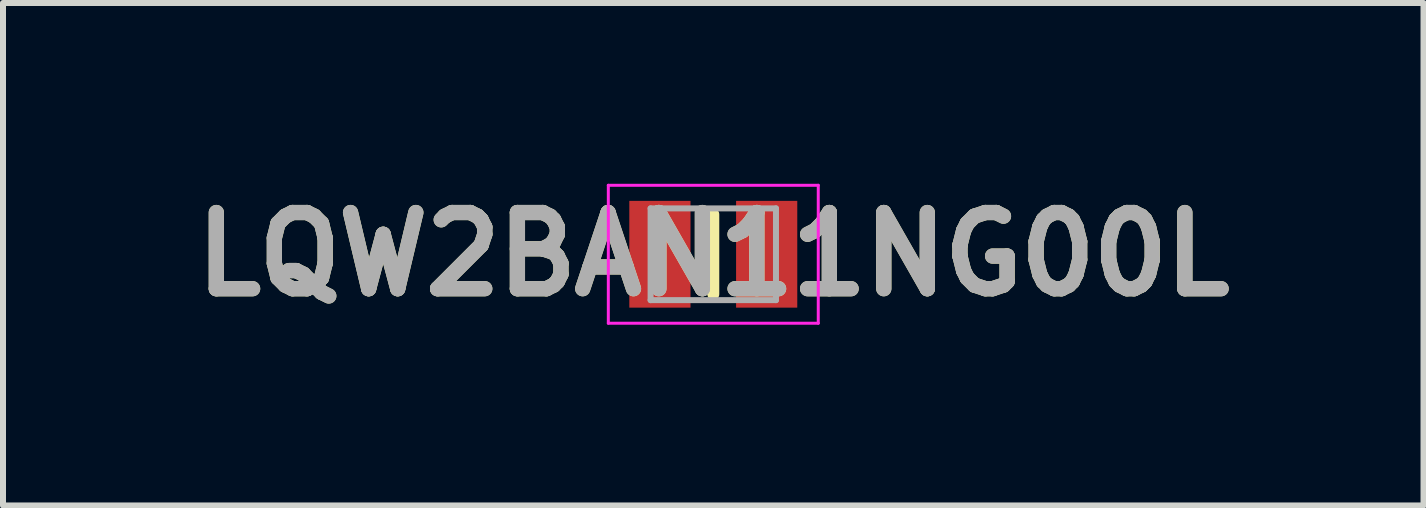
<source format=kicad_pcb>
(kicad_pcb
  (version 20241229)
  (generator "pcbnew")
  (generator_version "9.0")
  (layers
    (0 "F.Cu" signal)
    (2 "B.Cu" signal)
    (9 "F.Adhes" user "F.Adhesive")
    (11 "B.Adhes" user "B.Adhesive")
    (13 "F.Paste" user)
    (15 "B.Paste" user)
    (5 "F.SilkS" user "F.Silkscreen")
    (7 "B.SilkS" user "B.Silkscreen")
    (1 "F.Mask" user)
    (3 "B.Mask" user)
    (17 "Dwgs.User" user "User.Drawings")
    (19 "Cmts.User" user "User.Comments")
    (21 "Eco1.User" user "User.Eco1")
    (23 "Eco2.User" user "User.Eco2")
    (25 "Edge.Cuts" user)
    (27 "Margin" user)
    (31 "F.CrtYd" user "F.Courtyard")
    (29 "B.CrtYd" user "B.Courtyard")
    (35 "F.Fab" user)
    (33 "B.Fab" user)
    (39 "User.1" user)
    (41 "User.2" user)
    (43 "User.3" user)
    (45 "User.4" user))
  (footprint "LQW2BAN11NG00L"
    (layer "F.Cu")
    (at 8.842 1.189)
    (property "Reference" "LQW2BAN11NG00L" (at 0 0 0) (layer "F.SilkS") (effects (font (size 1.27 1.27) (thickness 0.254))))
    (attr smd)
    (fp_line (start 0 -0.665) (end 0 0.665) (stroke (width 0.2) (type solid)) (layer "F.SilkS"))
    (fp_line (start -1.75 -1.15) (end 1.75 -1.15) (stroke (width 0.05) (type solid)) (layer "F.CrtYd"))
    (fp_line (start -1.75 1.15) (end -1.75 -1.15) (stroke (width 0.05) (type solid)) (layer "F.CrtYd"))
    (fp_line (start 1.75 -1.15) (end 1.75 1.15) (stroke (width 0.05) (type solid)) (layer "F.CrtYd"))
    (fp_line (start 1.75 1.15) (end -1.75 1.15) (stroke (width 0.05) (type solid)) (layer "F.CrtYd"))
    (fp_line (start -1.045 -0.765) (end 1.045 -0.765) (stroke (width 0.1) (type solid)) (layer "F.Fab"))
    (fp_line (start -1.045 0.765) (end -1.045 -0.765) (stroke (width 0.1) (type solid)) (layer "F.Fab"))
    (fp_line (start 1.045 -0.765) (end 1.045 0.765) (stroke (width 0.1) (type solid)) (layer "F.Fab"))
    (fp_line (start 1.045 0.765) (end -1.045 0.765) (stroke (width 0.1) (type solid)) (layer "F.Fab"))
    (fp_text user "${REFERENCE}" (at 0 0 0) (layer "F.Fab") (effects (font (size 1.27 1.27) (thickness 0.254))))
    (pad "1" smd rect (at -0.89 0) (size 1.02 1.78) (layers "F.Cu" "F.Mask" "F.Paste"))
    (pad "2" smd rect (at 0.89 0) (size 1.02 1.78) (layers "F.Cu" "F.Mask" "F.Paste")))
  (gr_rect
    (start -3 -3)
    (end 20.683 5.377)
    (stroke (width 0.1) (type default))
    (fill no)
    (layer "Edge.Cuts")))
</source>
